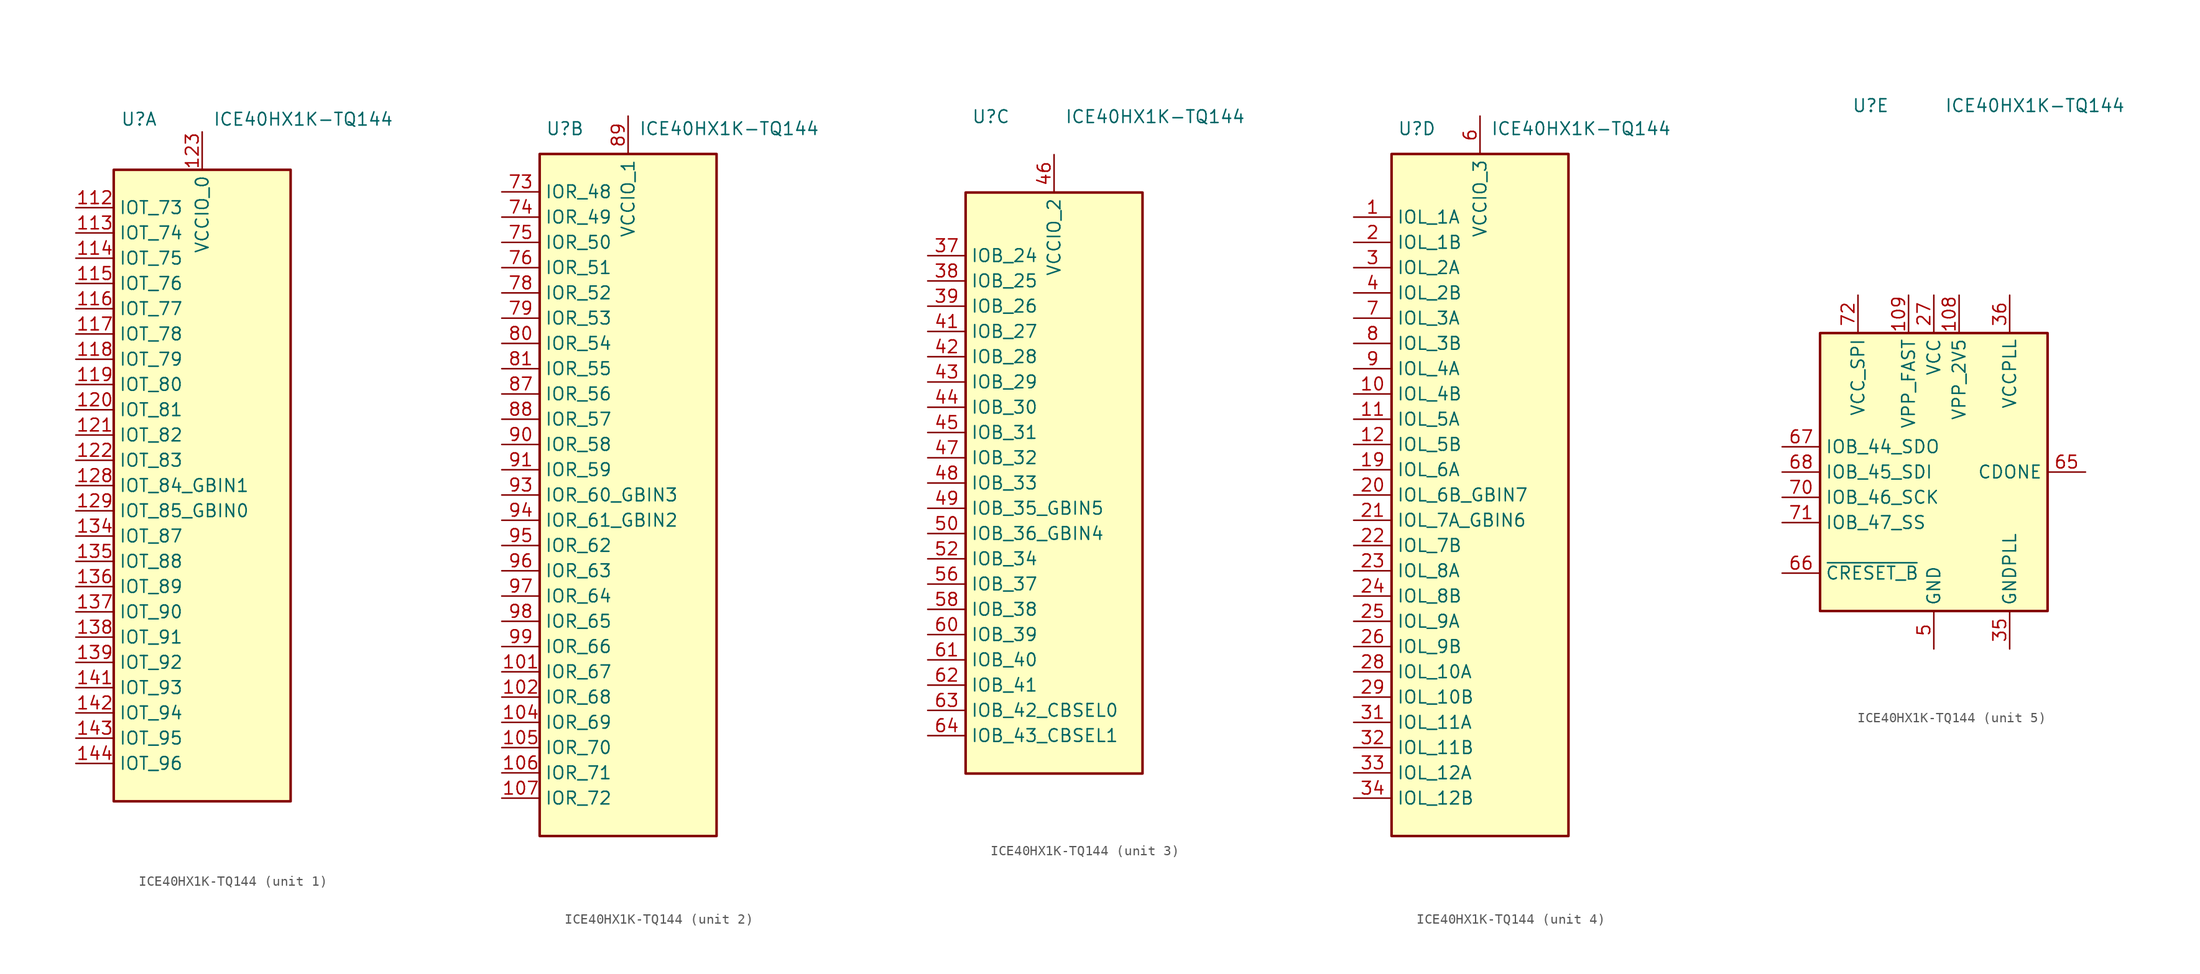
<source format=kicad_sym>
(kicad_symbol_lib
  (version 20211014)
  (generator kicad_symbol_editor)
  (symbol "ICE40HX1K-TQ144"
    (property "Reference" "U"
      (at -6.35 36.83 0)
      (effects (font (size 1.27 1.27))))
    (property "Value" "ICE40HX1K-TQ144"
      (at 10.16 36.83 0)
      (effects (font (size 1.27 1.27))))
    (property "ki_locked" ""
      (at 0 0 0)
      (effects (font (size 1.27 1.27))))
    (symbol "ICE40HX1K-TQ144_1_1"
      (rectangle (start -8.89 31.75) (end 8.89 -31.75) (stroke (width 0.254) (type default) (color 0 0 0 0)) (fill (type background)))
      (pin bidirectional line (at -12.7 27.94 0) (length 3.81) (name "IOT_73" (effects (font (size 1.27 1.27)))) (number "112" (effects (font (size 1.27 1.27)))))
      (pin bidirectional line (at -12.7 25.4 0) (length 3.81) (name "IOT_74" (effects (font (size 1.27 1.27)))) (number "113" (effects (font (size 1.27 1.27)))))
      (pin bidirectional line (at -12.7 22.86 0) (length 3.81) (name "IOT_75" (effects (font (size 1.27 1.27)))) (number "114" (effects (font (size 1.27 1.27)))))
      (pin bidirectional line (at -12.7 20.32 0) (length 3.81) (name "IOT_76" (effects (font (size 1.27 1.27)))) (number "115" (effects (font (size 1.27 1.27)))))
      (pin bidirectional line (at -12.7 17.78 0) (length 3.81) (name "IOT_77" (effects (font (size 1.27 1.27)))) (number "116" (effects (font (size 1.27 1.27)))))
      (pin bidirectional line (at -12.7 15.24 0) (length 3.81) (name "IOT_78" (effects (font (size 1.27 1.27)))) (number "117" (effects (font (size 1.27 1.27)))))
      (pin bidirectional line (at -12.7 12.7 0) (length 3.81) (name "IOT_79" (effects (font (size 1.27 1.27)))) (number "118" (effects (font (size 1.27 1.27)))))
      (pin bidirectional line (at -12.7 10.16 0) (length 3.81) (name "IOT_80" (effects (font (size 1.27 1.27)))) (number "119" (effects (font (size 1.27 1.27)))))
      (pin bidirectional line (at -12.7 7.62 0) (length 3.81) (name "IOT_81" (effects (font (size 1.27 1.27)))) (number "120" (effects (font (size 1.27 1.27)))))
      (pin bidirectional line (at -12.7 5.08 0) (length 3.81) (name "IOT_82" (effects (font (size 1.27 1.27)))) (number "121" (effects (font (size 1.27 1.27)))))
      (pin bidirectional line (at -12.7 2.54 0) (length 3.81) (name "IOT_83" (effects (font (size 1.27 1.27)))) (number "122" (effects (font (size 1.27 1.27)))))
      (pin power_in line (at 0 35.56 270) (length 3.81) (name "VCCIO_0" (effects (font (size 1.27 1.27)))) (number "123" (effects (font (size 1.27 1.27)))))
      (pin bidirectional line (at -12.7 0 0) (length 3.81) (name "IOT_84_GBIN1" (effects (font (size 1.27 1.27)))) (number "128" (effects (font (size 1.27 1.27)))))
      (pin bidirectional line (at -12.7 -2.54 0) (length 3.81) (name "IOT_85_GBIN0" (effects (font (size 1.27 1.27)))) (number "129" (effects (font (size 1.27 1.27)))))
      (pin passive line (at 0 35.56 270) (length 3.81) hide (name "VCCIO_0" (effects (font (size 1.27 1.27)))) (number "133" (effects (font (size 1.27 1.27)))))
      (pin bidirectional line (at -12.7 -5.08 0) (length 3.81) (name "IOT_87" (effects (font (size 1.27 1.27)))) (number "134" (effects (font (size 1.27 1.27)))))
      (pin bidirectional line (at -12.7 -7.62 0) (length 3.81) (name "IOT_88" (effects (font (size 1.27 1.27)))) (number "135" (effects (font (size 1.27 1.27)))))
      (pin bidirectional line (at -12.7 -10.16 0) (length 3.81) (name "IOT_89" (effects (font (size 1.27 1.27)))) (number "136" (effects (font (size 1.27 1.27)))))
      (pin bidirectional line (at -12.7 -12.7 0) (length 3.81) (name "IOT_90" (effects (font (size 1.27 1.27)))) (number "137" (effects (font (size 1.27 1.27)))))
      (pin bidirectional line (at -12.7 -15.24 0) (length 3.81) (name "IOT_91" (effects (font (size 1.27 1.27)))) (number "138" (effects (font (size 1.27 1.27)))))
      (pin bidirectional line (at -12.7 -17.78 0) (length 3.81) (name "IOT_92" (effects (font (size 1.27 1.27)))) (number "139" (effects (font (size 1.27 1.27)))))
      (pin bidirectional line (at -12.7 -20.32 0) (length 3.81) (name "IOT_93" (effects (font (size 1.27 1.27)))) (number "141" (effects (font (size 1.27 1.27)))))
      (pin bidirectional line (at -12.7 -22.86 0) (length 3.81) (name "IOT_94" (effects (font (size 1.27 1.27)))) (number "142" (effects (font (size 1.27 1.27)))))
      (pin bidirectional line (at -12.7 -25.4 0) (length 3.81) (name "IOT_95" (effects (font (size 1.27 1.27)))) (number "143" (effects (font (size 1.27 1.27)))))
      (pin bidirectional line (at -12.7 -27.94 0) (length 3.81) (name "IOT_96" (effects (font (size 1.27 1.27)))) (number "144" (effects (font (size 1.27 1.27)))))
      (pin no_connect line (at 7.62 10.16 180) (length 3.81) hide (name "NC" (effects (font (size 1.27 1.27)))) (number "15" (effects (font (size 1.27 1.27)))))
      (pin no_connect line (at 7.62 7.62 180) (length 3.81) hide (name "NC" (effects (font (size 1.27 1.27)))) (number "16" (effects (font (size 1.27 1.27)))))
      (pin no_connect line (at 7.62 5.08 180) (length 3.81) hide (name "NC" (effects (font (size 1.27 1.27)))) (number "17" (effects (font (size 1.27 1.27)))))
      (pin no_connect line (at 7.62 -7.62 180) (length 3.81) hide (name "NC" (effects (font (size 1.27 1.27)))) (number "18" (effects (font (size 1.27 1.27)))))
      (pin no_connect line (at 7.62 -10.16 180) (length 3.81) hide (name "NC" (effects (font (size 1.27 1.27)))) (number "77" (effects (font (size 1.27 1.27))))))
    (symbol "ICE40HX1K-TQ144_2_1"
      (rectangle (start -8.89 34.29) (end 8.89 -34.29) (stroke (width 0.254) (type default) (color 0 0 0 0)) (fill (type background)))
      (pin passive line (at 0 38.1 270) (length 3.81) hide (name "VCCIO_1" (effects (font (size 1.27 1.27)))) (number "100" (effects (font (size 1.27 1.27)))))
      (pin bidirectional line (at -12.7 -17.78 0) (length 3.81) (name "IOR_67" (effects (font (size 1.27 1.27)))) (number "101" (effects (font (size 1.27 1.27)))))
      (pin bidirectional line (at -12.7 -20.32 0) (length 3.81) (name "IOR_68" (effects (font (size 1.27 1.27)))) (number "102" (effects (font (size 1.27 1.27)))))
      (pin bidirectional line (at -12.7 -22.86 0) (length 3.81) (name "IOR_69" (effects (font (size 1.27 1.27)))) (number "104" (effects (font (size 1.27 1.27)))))
      (pin bidirectional line (at -12.7 -25.4 0) (length 3.81) (name "IOR_70" (effects (font (size 1.27 1.27)))) (number "105" (effects (font (size 1.27 1.27)))))
      (pin bidirectional line (at -12.7 -27.94 0) (length 3.81) (name "IOR_71" (effects (font (size 1.27 1.27)))) (number "106" (effects (font (size 1.27 1.27)))))
      (pin bidirectional line (at -12.7 -30.48 0) (length 3.81) (name "IOR_72" (effects (font (size 1.27 1.27)))) (number "107" (effects (font (size 1.27 1.27)))))
      (pin no_connect line (at 7.62 10.16 180) (length 3.81) hide (name "NC" (effects (font (size 1.27 1.27)))) (number "40" (effects (font (size 1.27 1.27)))))
      (pin no_connect line (at 7.62 7.62 180) (length 3.81) hide (name "NC" (effects (font (size 1.27 1.27)))) (number "53" (effects (font (size 1.27 1.27)))))
      (pin no_connect line (at 7.62 5.08 180) (length 3.81) hide (name "NC" (effects (font (size 1.27 1.27)))) (number "54" (effects (font (size 1.27 1.27)))))
      (pin no_connect line (at 7.62 -7.62 180) (length 3.81) hide (name "NC" (effects (font (size 1.27 1.27)))) (number "55" (effects (font (size 1.27 1.27)))))
      (pin bidirectional line (at -12.7 30.48 0) (length 3.81) (name "IOR_48" (effects (font (size 1.27 1.27)))) (number "73" (effects (font (size 1.27 1.27)))))
      (pin bidirectional line (at -12.7 27.94 0) (length 3.81) (name "IOR_49" (effects (font (size 1.27 1.27)))) (number "74" (effects (font (size 1.27 1.27)))))
      (pin bidirectional line (at -12.7 25.4 0) (length 3.81) (name "IOR_50" (effects (font (size 1.27 1.27)))) (number "75" (effects (font (size 1.27 1.27)))))
      (pin bidirectional line (at -12.7 22.86 0) (length 3.81) (name "IOR_51" (effects (font (size 1.27 1.27)))) (number "76" (effects (font (size 1.27 1.27)))))
      (pin bidirectional line (at -12.7 20.32 0) (length 3.81) (name "IOR_52" (effects (font (size 1.27 1.27)))) (number "78" (effects (font (size 1.27 1.27)))))
      (pin bidirectional line (at -12.7 17.78 0) (length 3.81) (name "IOR_53" (effects (font (size 1.27 1.27)))) (number "79" (effects (font (size 1.27 1.27)))))
      (pin bidirectional line (at -12.7 15.24 0) (length 3.81) (name "IOR_54" (effects (font (size 1.27 1.27)))) (number "80" (effects (font (size 1.27 1.27)))))
      (pin bidirectional line (at -12.7 12.7 0) (length 3.81) (name "IOR_55" (effects (font (size 1.27 1.27)))) (number "81" (effects (font (size 1.27 1.27)))))
      (pin no_connect line (at 7.62 -10.16 180) (length 3.81) hide (name "NC" (effects (font (size 1.27 1.27)))) (number "82" (effects (font (size 1.27 1.27)))))
      (pin bidirectional line (at -12.7 10.16 0) (length 3.81) (name "IOR_56" (effects (font (size 1.27 1.27)))) (number "87" (effects (font (size 1.27 1.27)))))
      (pin bidirectional line (at -12.7 7.62 0) (length 3.81) (name "IOR_57" (effects (font (size 1.27 1.27)))) (number "88" (effects (font (size 1.27 1.27)))))
      (pin power_in line (at 0 38.1 270) (length 3.81) (name "VCCIO_1" (effects (font (size 1.27 1.27)))) (number "89" (effects (font (size 1.27 1.27)))))
      (pin bidirectional line (at -12.7 5.08 0) (length 3.81) (name "IOR_58" (effects (font (size 1.27 1.27)))) (number "90" (effects (font (size 1.27 1.27)))))
      (pin bidirectional line (at -12.7 2.54 0) (length 3.81) (name "IOR_59" (effects (font (size 1.27 1.27)))) (number "91" (effects (font (size 1.27 1.27)))))
      (pin bidirectional line (at -12.7 0 0) (length 3.81) (name "IOR_60_GBIN3" (effects (font (size 1.27 1.27)))) (number "93" (effects (font (size 1.27 1.27)))))
      (pin bidirectional line (at -12.7 -2.54 0) (length 3.81) (name "IOR_61_GBIN2" (effects (font (size 1.27 1.27)))) (number "94" (effects (font (size 1.27 1.27)))))
      (pin bidirectional line (at -12.7 -5.08 0) (length 3.81) (name "IOR_62" (effects (font (size 1.27 1.27)))) (number "95" (effects (font (size 1.27 1.27)))))
      (pin bidirectional line (at -12.7 -7.62 0) (length 3.81) (name "IOR_63" (effects (font (size 1.27 1.27)))) (number "96" (effects (font (size 1.27 1.27)))))
      (pin bidirectional line (at -12.7 -10.16 0) (length 3.81) (name "IOR_64" (effects (font (size 1.27 1.27)))) (number "97" (effects (font (size 1.27 1.27)))))
      (pin bidirectional line (at -12.7 -12.7 0) (length 3.81) (name "IOR_65" (effects (font (size 1.27 1.27)))) (number "98" (effects (font (size 1.27 1.27)))))
      (pin bidirectional line (at -12.7 -15.24 0) (length 3.81) (name "IOR_66" (effects (font (size 1.27 1.27)))) (number "99" (effects (font (size 1.27 1.27))))))
    (symbol "ICE40HX1K-TQ144_3_1"
      (rectangle (start -8.89 29.21) (end 8.89 -29.21) (stroke (width 0.254) (type default) (color 0 0 0 0)) (fill (type background)))
      (pin no_connect line (at 7.62 -10.16 180) (length 3.81) hide (name "NC" (effects (font (size 1.27 1.27)))) (number "110" (effects (font (size 1.27 1.27)))))
      (pin no_connect line (at 7.62 -17.78 180) (length 3.81) hide (name "NC" (effects (font (size 1.27 1.27)))) (number "124" (effects (font (size 1.27 1.27)))))
      (pin bidirectional line (at -12.7 22.86 0) (length 3.81) (name "IOB_24" (effects (font (size 1.27 1.27)))) (number "37" (effects (font (size 1.27 1.27)))))
      (pin bidirectional line (at -12.7 20.32 0) (length 3.81) (name "IOB_25" (effects (font (size 1.27 1.27)))) (number "38" (effects (font (size 1.27 1.27)))))
      (pin bidirectional line (at -12.7 17.78 0) (length 3.81) (name "IOB_26" (effects (font (size 1.27 1.27)))) (number "39" (effects (font (size 1.27 1.27)))))
      (pin bidirectional line (at -12.7 15.24 0) (length 3.81) (name "IOB_27" (effects (font (size 1.27 1.27)))) (number "41" (effects (font (size 1.27 1.27)))))
      (pin bidirectional line (at -12.7 12.7 0) (length 3.81) (name "IOB_28" (effects (font (size 1.27 1.27)))) (number "42" (effects (font (size 1.27 1.27)))))
      (pin bidirectional line (at -12.7 10.16 0) (length 3.81) (name "IOB_29" (effects (font (size 1.27 1.27)))) (number "43" (effects (font (size 1.27 1.27)))))
      (pin bidirectional line (at -12.7 7.62 0) (length 3.81) (name "IOB_30" (effects (font (size 1.27 1.27)))) (number "44" (effects (font (size 1.27 1.27)))))
      (pin bidirectional line (at -12.7 5.08 0) (length 3.81) (name "IOB_31" (effects (font (size 1.27 1.27)))) (number "45" (effects (font (size 1.27 1.27)))))
      (pin power_in line (at 0 33.02 270) (length 3.81) (name "VCCIO_2" (effects (font (size 1.27 1.27)))) (number "46" (effects (font (size 1.27 1.27)))))
      (pin bidirectional line (at -12.7 2.54 0) (length 3.81) (name "IOB_32" (effects (font (size 1.27 1.27)))) (number "47" (effects (font (size 1.27 1.27)))))
      (pin bidirectional line (at -12.7 0 0) (length 3.81) (name "IOB_33" (effects (font (size 1.27 1.27)))) (number "48" (effects (font (size 1.27 1.27)))))
      (pin bidirectional line (at -12.7 -2.54 0) (length 3.81) (name "IOB_35_GBIN5" (effects (font (size 1.27 1.27)))) (number "49" (effects (font (size 1.27 1.27)))))
      (pin bidirectional line (at -12.7 -5.08 0) (length 3.81) (name "IOB_36_GBIN4" (effects (font (size 1.27 1.27)))) (number "50" (effects (font (size 1.27 1.27)))))
      (pin bidirectional line (at -12.7 -7.62 0) (length 3.81) (name "IOB_34" (effects (font (size 1.27 1.27)))) (number "52" (effects (font (size 1.27 1.27)))))
      (pin bidirectional line (at -12.7 -10.16 0) (length 3.81) (name "IOB_37" (effects (font (size 1.27 1.27)))) (number "56" (effects (font (size 1.27 1.27)))))
      (pin passive line (at 0 33.02 270) (length 3.81) hide (name "VCCIO_2" (effects (font (size 1.27 1.27)))) (number "57" (effects (font (size 1.27 1.27)))))
      (pin bidirectional line (at -12.7 -12.7 0) (length 3.81) (name "IOB_38" (effects (font (size 1.27 1.27)))) (number "58" (effects (font (size 1.27 1.27)))))
      (pin bidirectional line (at -12.7 -15.24 0) (length 3.81) (name "IOB_39" (effects (font (size 1.27 1.27)))) (number "60" (effects (font (size 1.27 1.27)))))
      (pin bidirectional line (at -12.7 -17.78 0) (length 3.81) (name "IOB_40" (effects (font (size 1.27 1.27)))) (number "61" (effects (font (size 1.27 1.27)))))
      (pin bidirectional line (at -12.7 -20.32 0) (length 3.81) (name "IOB_41" (effects (font (size 1.27 1.27)))) (number "62" (effects (font (size 1.27 1.27)))))
      (pin bidirectional line (at -12.7 -22.86 0) (length 3.81) (name "IOB_42_CBSEL0" (effects (font (size 1.27 1.27)))) (number "63" (effects (font (size 1.27 1.27)))))
      (pin bidirectional line (at -12.7 -25.4 0) (length 3.81) (name "IOB_43_CBSEL1" (effects (font (size 1.27 1.27)))) (number "64" (effects (font (size 1.27 1.27)))))
      (pin no_connect line (at 7.62 10.16 180) (length 3.81) hide (name "NC" (effects (font (size 1.27 1.27)))) (number "83" (effects (font (size 1.27 1.27)))))
      (pin no_connect line (at 7.62 7.62 180) (length 3.81) hide (name "NC" (effects (font (size 1.27 1.27)))) (number "84" (effects (font (size 1.27 1.27)))))
      (pin no_connect line (at 7.62 -12.7 180) (length 3.81) hide (name "NC" (effects (font (size 1.27 1.27)))) (number "85" (effects (font (size 1.27 1.27))))))
    (symbol "ICE40HX1K-TQ144_4_1"
      (rectangle (start -8.89 34.29) (end 8.89 -34.29) (stroke (width 0.254) (type default) (color 0 0 0 0)) (fill (type background)))
      (pin bidirectional line (at -12.7 27.94 0) (length 3.81) (name "IOL_1A" (effects (font (size 1.27 1.27)))) (number "1" (effects (font (size 1.27 1.27)))))
      (pin bidirectional line (at -12.7 10.16 0) (length 3.81) (name "IOL_4B" (effects (font (size 1.27 1.27)))) (number "10" (effects (font (size 1.27 1.27)))))
      (pin bidirectional line (at -12.7 7.62 0) (length 3.81) (name "IOL_5A" (effects (font (size 1.27 1.27)))) (number "11" (effects (font (size 1.27 1.27)))))
      (pin bidirectional line (at -12.7 5.08 0) (length 3.81) (name "IOL_5B" (effects (font (size 1.27 1.27)))) (number "12" (effects (font (size 1.27 1.27)))))
      (pin no_connect line (at 7.62 10.16 180) (length 3.81) hide (name "NC" (effects (font (size 1.27 1.27)))) (number "125" (effects (font (size 1.27 1.27)))))
      (pin no_connect line (at 7.62 7.62 180) (length 3.81) hide (name "NC" (effects (font (size 1.27 1.27)))) (number "126" (effects (font (size 1.27 1.27)))))
      (pin no_connect line (at 7.62 5.08 180) (length 3.81) hide (name "NC" (effects (font (size 1.27 1.27)))) (number "127" (effects (font (size 1.27 1.27)))))
      (pin no_connect line (at 7.62 -7.62 180) (length 3.81) hide (name "NC" (effects (font (size 1.27 1.27)))) (number "130" (effects (font (size 1.27 1.27)))))
      (pin no_connect line (at 7.62 -10.16 180) (length 3.81) hide (name "NC" (effects (font (size 1.27 1.27)))) (number "131" (effects (font (size 1.27 1.27)))))
      (pin bidirectional line (at -12.7 2.54 0) (length 3.81) (name "IOL_6A" (effects (font (size 1.27 1.27)))) (number "19" (effects (font (size 1.27 1.27)))))
      (pin bidirectional line (at -12.7 25.4 0) (length 3.81) (name "IOL_1B" (effects (font (size 1.27 1.27)))) (number "2" (effects (font (size 1.27 1.27)))))
      (pin bidirectional line (at -12.7 0 0) (length 3.81) (name "IOL_6B_GBIN7" (effects (font (size 1.27 1.27)))) (number "20" (effects (font (size 1.27 1.27)))))
      (pin bidirectional line (at -12.7 -2.54 0) (length 3.81) (name "IOL_7A_GBIN6" (effects (font (size 1.27 1.27)))) (number "21" (effects (font (size 1.27 1.27)))))
      (pin bidirectional line (at -12.7 -5.08 0) (length 3.81) (name "IOL_7B" (effects (font (size 1.27 1.27)))) (number "22" (effects (font (size 1.27 1.27)))))
      (pin bidirectional line (at -12.7 -7.62 0) (length 3.81) (name "IOL_8A" (effects (font (size 1.27 1.27)))) (number "23" (effects (font (size 1.27 1.27)))))
      (pin bidirectional line (at -12.7 -10.16 0) (length 3.81) (name "IOL_8B" (effects (font (size 1.27 1.27)))) (number "24" (effects (font (size 1.27 1.27)))))
      (pin bidirectional line (at -12.7 -12.7 0) (length 3.81) (name "IOL_9A" (effects (font (size 1.27 1.27)))) (number "25" (effects (font (size 1.27 1.27)))))
      (pin bidirectional line (at -12.7 -15.24 0) (length 3.81) (name "IOL_9B" (effects (font (size 1.27 1.27)))) (number "26" (effects (font (size 1.27 1.27)))))
      (pin bidirectional line (at -12.7 -17.78 0) (length 3.81) (name "IOL_10A" (effects (font (size 1.27 1.27)))) (number "28" (effects (font (size 1.27 1.27)))))
      (pin bidirectional line (at -12.7 -20.32 0) (length 3.81) (name "IOL_10B" (effects (font (size 1.27 1.27)))) (number "29" (effects (font (size 1.27 1.27)))))
      (pin bidirectional line (at -12.7 22.86 0) (length 3.81) (name "IOL_2A" (effects (font (size 1.27 1.27)))) (number "3" (effects (font (size 1.27 1.27)))))
      (pin passive line (at 0 38.1 270) (length 3.81) hide (name "VCCIO_3" (effects (font (size 1.27 1.27)))) (number "30" (effects (font (size 1.27 1.27)))))
      (pin bidirectional line (at -12.7 -22.86 0) (length 3.81) (name "IOL_11A" (effects (font (size 1.27 1.27)))) (number "31" (effects (font (size 1.27 1.27)))))
      (pin bidirectional line (at -12.7 -25.4 0) (length 3.81) (name "IOL_11B" (effects (font (size 1.27 1.27)))) (number "32" (effects (font (size 1.27 1.27)))))
      (pin bidirectional line (at -12.7 -27.94 0) (length 3.81) (name "IOL_12A" (effects (font (size 1.27 1.27)))) (number "33" (effects (font (size 1.27 1.27)))))
      (pin bidirectional line (at -12.7 -30.48 0) (length 3.81) (name "IOL_12B" (effects (font (size 1.27 1.27)))) (number "34" (effects (font (size 1.27 1.27)))))
      (pin bidirectional line (at -12.7 20.32 0) (length 3.81) (name "IOL_2B" (effects (font (size 1.27 1.27)))) (number "4" (effects (font (size 1.27 1.27)))))
      (pin power_in line (at 0 38.1 270) (length 3.81) (name "VCCIO_3" (effects (font (size 1.27 1.27)))) (number "6" (effects (font (size 1.27 1.27)))))
      (pin bidirectional line (at -12.7 17.78 0) (length 3.81) (name "IOL_3A" (effects (font (size 1.27 1.27)))) (number "7" (effects (font (size 1.27 1.27)))))
      (pin bidirectional line (at -12.7 15.24 0) (length 3.81) (name "IOL_3B" (effects (font (size 1.27 1.27)))) (number "8" (effects (font (size 1.27 1.27)))))
      (pin bidirectional line (at -12.7 12.7 0) (length 3.81) (name "IOL_4A" (effects (font (size 1.27 1.27)))) (number "9" (effects (font (size 1.27 1.27))))))
    (symbol "ICE40HX1K-TQ144_5_1"
      (rectangle (start -11.43 13.97) (end 11.43 -13.97) (stroke (width 0.254) (type default) (color 0 0 0 0)) (fill (type background)))
      (pin passive line (at 0 -17.78 90) (length 3.81) hide (name "GND" (effects (font (size 1.27 1.27)))) (number "103" (effects (font (size 1.27 1.27)))))
      (pin power_in line (at 2.54 17.78 270) (length 3.81) (name "VPP_2V5" (effects (font (size 1.27 1.27)))) (number "108" (effects (font (size 1.27 1.27)))))
      (pin power_in line (at -2.54 17.78 270) (length 3.81) (name "VPP_FAST" (effects (font (size 1.27 1.27)))) (number "109" (effects (font (size 1.27 1.27)))))
      (pin passive line (at 0 17.78 270) (length 3.81) hide (name "VCC" (effects (font (size 1.27 1.27)))) (number "111" (effects (font (size 1.27 1.27)))))
      (pin passive line (at 0 -17.78 90) (length 3.81) hide (name "GND" (effects (font (size 1.27 1.27)))) (number "13" (effects (font (size 1.27 1.27)))))
      (pin passive line (at 0 -17.78 90) (length 3.81) hide (name "GND" (effects (font (size 1.27 1.27)))) (number "132" (effects (font (size 1.27 1.27)))))
      (pin passive line (at 0 -17.78 90) (length 3.81) hide (name "GND" (effects (font (size 1.27 1.27)))) (number "14" (effects (font (size 1.27 1.27)))))
      (pin passive line (at 0 -17.78 90) (length 3.81) hide (name "GND" (effects (font (size 1.27 1.27)))) (number "140" (effects (font (size 1.27 1.27)))))
      (pin power_in line (at 0 17.78 270) (length 3.81) (name "VCC" (effects (font (size 1.27 1.27)))) (number "27" (effects (font (size 1.27 1.27)))))
      (pin power_in line (at 7.62 -17.78 90) (length 3.81) (name "GNDPLL" (effects (font (size 1.27 1.27)))) (number "35" (effects (font (size 1.27 1.27)))))
      (pin power_in line (at 7.62 17.78 270) (length 3.81) (name "VCCPLL" (effects (font (size 1.27 1.27)))) (number "36" (effects (font (size 1.27 1.27)))))
      (pin power_in line (at 0 -17.78 90) (length 3.81) (name "GND" (effects (font (size 1.27 1.27)))) (number "5" (effects (font (size 1.27 1.27)))))
      (pin passive line (at 0 17.78 270) (length 3.81) hide (name "VCC" (effects (font (size 1.27 1.27)))) (number "51" (effects (font (size 1.27 1.27)))))
      (pin passive line (at 0 -17.78 90) (length 3.81) hide (name "GND" (effects (font (size 1.27 1.27)))) (number "59" (effects (font (size 1.27 1.27)))))
      (pin open_collector line (at 15.24 0 180) (length 3.81) (name "CDONE" (effects (font (size 1.27 1.27)))) (number "65" (effects (font (size 1.27 1.27)))))
      (pin input line (at -15.24 -10.16 0) (length 3.81) (name "~{CRESET_B}" (effects (font (size 1.27 1.27)))) (number "66" (effects (font (size 1.27 1.27)))))
      (pin bidirectional line (at -15.24 2.54 0) (length 3.81) (name "IOB_44_SDO" (effects (font (size 1.27 1.27)))) (number "67" (effects (font (size 1.27 1.27)))))
      (pin bidirectional line (at -15.24 0 0) (length 3.81) (name "IOB_45_SDI" (effects (font (size 1.27 1.27)))) (number "68" (effects (font (size 1.27 1.27)))))
      (pin passive line (at 0 -17.78 90) (length 3.81) hide (name "GND" (effects (font (size 1.27 1.27)))) (number "69" (effects (font (size 1.27 1.27)))))
      (pin bidirectional line (at -15.24 -2.54 0) (length 3.81) (name "IOB_46_SCK" (effects (font (size 1.27 1.27)))) (number "70" (effects (font (size 1.27 1.27)))))
      (pin bidirectional line (at -15.24 -5.08 0) (length 3.81) (name "IOB_47_SS" (effects (font (size 1.27 1.27)))) (number "71" (effects (font (size 1.27 1.27)))))
      (pin power_in line (at -7.62 17.78 270) (length 3.81) (name "VCC_SPI" (effects (font (size 1.27 1.27)))) (number "72" (effects (font (size 1.27 1.27)))))
      (pin passive line (at 0 -17.78 90) (length 3.81) hide (name "GND" (effects (font (size 1.27 1.27)))) (number "86" (effects (font (size 1.27 1.27)))))
      (pin passive line (at 0 17.78 270) (length 3.81) hide (name "VCC" (effects (font (size 1.27 1.27)))) (number "92" (effects (font (size 1.27 1.27))))))))
</source>
